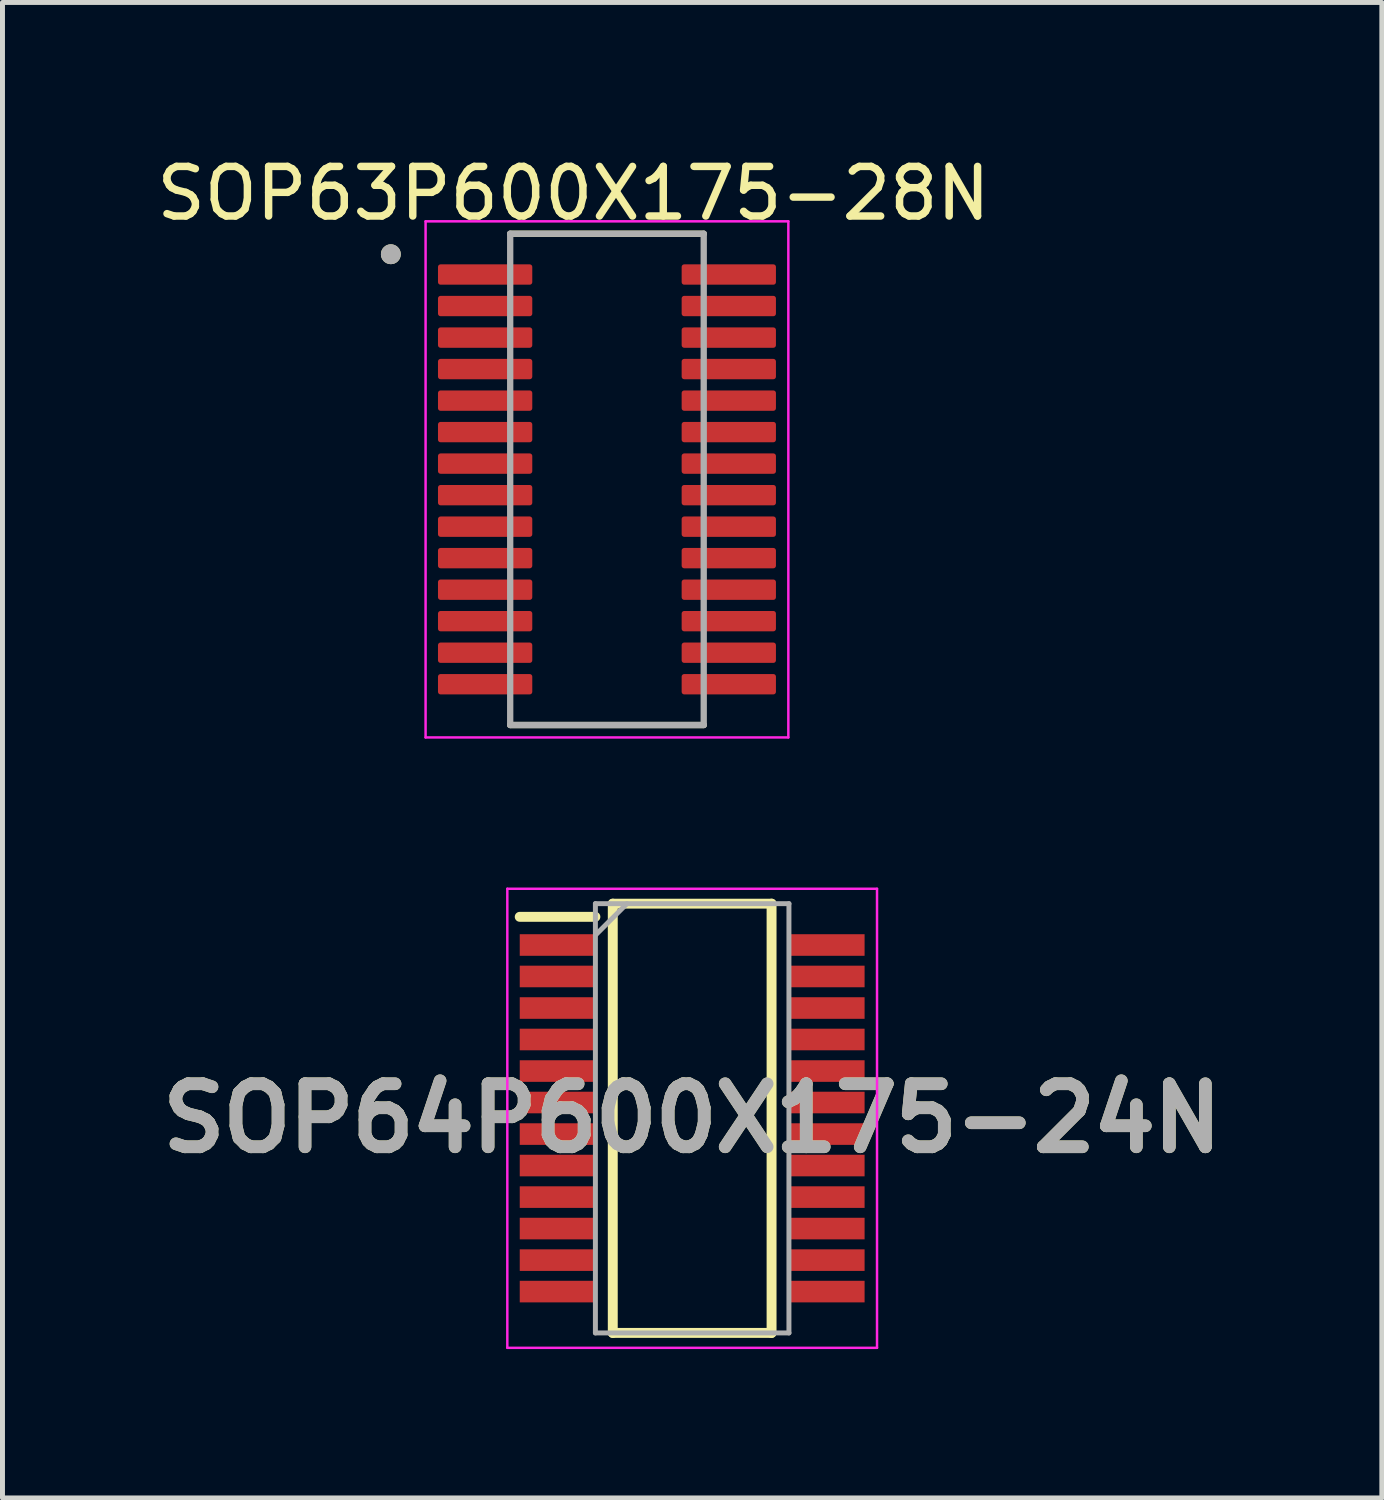
<source format=kicad_pcb>
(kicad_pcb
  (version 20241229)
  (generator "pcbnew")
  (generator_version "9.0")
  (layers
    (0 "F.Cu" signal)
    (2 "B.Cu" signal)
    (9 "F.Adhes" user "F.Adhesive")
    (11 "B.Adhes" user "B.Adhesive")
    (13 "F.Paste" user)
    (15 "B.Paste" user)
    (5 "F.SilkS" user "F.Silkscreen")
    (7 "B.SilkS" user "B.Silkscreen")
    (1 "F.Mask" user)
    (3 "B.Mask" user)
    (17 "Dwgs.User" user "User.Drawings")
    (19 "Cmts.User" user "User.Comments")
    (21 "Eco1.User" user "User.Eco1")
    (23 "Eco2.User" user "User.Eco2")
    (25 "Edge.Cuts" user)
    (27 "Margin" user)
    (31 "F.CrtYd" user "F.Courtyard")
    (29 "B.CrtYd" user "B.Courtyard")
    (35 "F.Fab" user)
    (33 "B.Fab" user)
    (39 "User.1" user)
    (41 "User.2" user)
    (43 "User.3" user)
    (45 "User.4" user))
  (footprint "SOP63P600X175-28N"
    (layer "F.Cu")
    (at 9.181 6.61)
    (property "Reference" "SOP63P600X175-28N" (at -0.675 -5.762 0) (layer "F.SilkS") (effects (font (size 1 1) (thickness 0.15))))
    (attr smd)
    (fp_line (start -1.95 -4.95) (end 1.95 -4.95) (stroke (width 0.127) (type solid)) (layer "F.SilkS"))
    (fp_line (start -1.95 4.95) (end 1.95 4.95) (stroke (width 0.127) (type solid)) (layer "F.SilkS"))
    (fp_circle (center -4.355 -4.537) (end -4.255 -4.537) (stroke (width 0.2) (type solid)) (fill no) (layer "F.SilkS"))
    (fp_line (start -3.655 -5.2) (end -3.655 5.2) (stroke (width 0.05) (type solid)) (layer "F.CrtYd"))
    (fp_line (start -3.655 -5.2) (end 3.655 -5.2) (stroke (width 0.05) (type solid)) (layer "F.CrtYd"))
    (fp_line (start -3.655 5.2) (end 3.655 5.2) (stroke (width 0.05) (type solid)) (layer "F.CrtYd"))
    (fp_line (start 3.655 -5.2) (end 3.655 5.2) (stroke (width 0.05) (type solid)) (layer "F.CrtYd"))
    (fp_line (start -1.95 -4.95) (end -1.95 4.95) (stroke (width 0.127) (type solid)) (layer "F.Fab"))
    (fp_line (start -1.95 -4.95) (end 1.95 -4.95) (stroke (width 0.127) (type solid)) (layer "F.Fab"))
    (fp_line (start -1.95 4.95) (end 1.95 4.95) (stroke (width 0.127) (type solid)) (layer "F.Fab"))
    (fp_line (start 1.95 -4.95) (end 1.95 4.95) (stroke (width 0.127) (type solid)) (layer "F.Fab"))
    (fp_circle (center -4.355 -4.537) (end -4.255 -4.537) (stroke (width 0.2) (type solid)) (fill no) (layer "F.Fab"))
    (pad "1" smd roundrect (at -2.455 -4.128) (size 1.9 0.41) (layers "F.Cu" "F.Mask" "F.Paste") (roundrect_rratio 0.125))
    (pad "2" smd roundrect (at -2.455 -3.493) (size 1.9 0.41) (layers "F.Cu" "F.Mask" "F.Paste") (roundrect_rratio 0.125))
    (pad "3" smd roundrect (at -2.455 -2.857) (size 1.9 0.41) (layers "F.Cu" "F.Mask" "F.Paste") (roundrect_rratio 0.125))
    (pad "4" smd roundrect (at -2.455 -2.223) (size 1.9 0.41) (layers "F.Cu" "F.Mask" "F.Paste") (roundrect_rratio 0.125))
    (pad "5" smd roundrect (at -2.455 -1.587) (size 1.9 0.41) (layers "F.Cu" "F.Mask" "F.Paste") (roundrect_rratio 0.125))
    (pad "6" smd roundrect (at -2.455 -0.953) (size 1.9 0.41) (layers "F.Cu" "F.Mask" "F.Paste") (roundrect_rratio 0.125))
    (pad "7" smd roundrect (at -2.455 -0.318) (size 1.9 0.41) (layers "F.Cu" "F.Mask" "F.Paste") (roundrect_rratio 0.125))
    (pad "8" smd roundrect (at -2.455 0.318) (size 1.9 0.41) (layers "F.Cu" "F.Mask" "F.Paste") (roundrect_rratio 0.125))
    (pad "9" smd roundrect (at -2.455 0.953) (size 1.9 0.41) (layers "F.Cu" "F.Mask" "F.Paste") (roundrect_rratio 0.125))
    (pad "10" smd roundrect (at -2.455 1.587) (size 1.9 0.41) (layers "F.Cu" "F.Mask" "F.Paste") (roundrect_rratio 0.125))
    (pad "11" smd roundrect (at -2.455 2.223) (size 1.9 0.41) (layers "F.Cu" "F.Mask" "F.Paste") (roundrect_rratio 0.125))
    (pad "12" smd roundrect (at -2.455 2.857) (size 1.9 0.41) (layers "F.Cu" "F.Mask" "F.Paste") (roundrect_rratio 0.125))
    (pad "13" smd roundrect (at -2.455 3.493) (size 1.9 0.41) (layers "F.Cu" "F.Mask" "F.Paste") (roundrect_rratio 0.125))
    (pad "14" smd roundrect (at -2.455 4.128) (size 1.9 0.41) (layers "F.Cu" "F.Mask" "F.Paste") (roundrect_rratio 0.125))
    (pad "15" smd roundrect (at 2.455 4.128) (size 1.9 0.41) (layers "F.Cu" "F.Mask" "F.Paste") (roundrect_rratio 0.125))
    (pad "16" smd roundrect (at 2.455 3.493) (size 1.9 0.41) (layers "F.Cu" "F.Mask" "F.Paste") (roundrect_rratio 0.125))
    (pad "17" smd roundrect (at 2.455 2.857) (size 1.9 0.41) (layers "F.Cu" "F.Mask" "F.Paste") (roundrect_rratio 0.125))
    (pad "18" smd roundrect (at 2.455 2.223) (size 1.9 0.41) (layers "F.Cu" "F.Mask" "F.Paste") (roundrect_rratio 0.125))
    (pad "19" smd roundrect (at 2.455 1.587) (size 1.9 0.41) (layers "F.Cu" "F.Mask" "F.Paste") (roundrect_rratio 0.125))
    (pad "20" smd roundrect (at 2.455 0.953) (size 1.9 0.41) (layers "F.Cu" "F.Mask" "F.Paste") (roundrect_rratio 0.125))
    (pad "21" smd roundrect (at 2.455 0.318) (size 1.9 0.41) (layers "F.Cu" "F.Mask" "F.Paste") (roundrect_rratio 0.125))
    (pad "22" smd roundrect (at 2.455 -0.318) (size 1.9 0.41) (layers "F.Cu" "F.Mask" "F.Paste") (roundrect_rratio 0.125))
    (pad "23" smd roundrect (at 2.455 -0.953) (size 1.9 0.41) (layers "F.Cu" "F.Mask" "F.Paste") (roundrect_rratio 0.125))
    (pad "24" smd roundrect (at 2.455 -1.587) (size 1.9 0.41) (layers "F.Cu" "F.Mask" "F.Paste") (roundrect_rratio 0.125))
    (pad "25" smd roundrect (at 2.455 -2.223) (size 1.9 0.41) (layers "F.Cu" "F.Mask" "F.Paste") (roundrect_rratio 0.125))
    (pad "26" smd roundrect (at 2.455 -2.857) (size 1.9 0.41) (layers "F.Cu" "F.Mask" "F.Paste") (roundrect_rratio 0.125))
    (pad "27" smd roundrect (at 2.455 -3.493) (size 1.9 0.41) (layers "F.Cu" "F.Mask" "F.Paste") (roundrect_rratio 0.125))
    (pad "28" smd roundrect (at 2.455 -4.128) (size 1.9 0.41) (layers "F.Cu" "F.Mask" "F.Paste") (roundrect_rratio 0.125)))
  (footprint "SOP64P600X175-24N"
    (layer "F.Cu")
    (at 10.898 19.485)
    (property "Reference" "SOP64P600X175-24N" (at 0 0 0) (layer "F.SilkS") (effects (font (size 1.27 1.27) (thickness 0.254))))
    (attr smd)
    (fp_line (start -3.475 -4.06) (end -1.95 -4.06) (stroke (width 0.2) (type solid)) (layer "F.SilkS"))
    (fp_line (start -1.6 -4.325) (end 1.6 -4.325) (stroke (width 0.2) (type solid)) (layer "F.SilkS"))
    (fp_line (start -1.6 4.325) (end -1.6 -4.325) (stroke (width 0.2) (type solid)) (layer "F.SilkS"))
    (fp_line (start 1.6 -4.325) (end 1.6 4.325) (stroke (width 0.2) (type solid)) (layer "F.SilkS"))
    (fp_line (start 1.6 4.325) (end -1.6 4.325) (stroke (width 0.2) (type solid)) (layer "F.SilkS"))
    (fp_line (start -3.725 -4.625) (end 3.725 -4.625) (stroke (width 0.05) (type solid)) (layer "F.CrtYd"))
    (fp_line (start -3.725 4.625) (end -3.725 -4.625) (stroke (width 0.05) (type solid)) (layer "F.CrtYd"))
    (fp_line (start 3.725 -4.625) (end 3.725 4.625) (stroke (width 0.05) (type solid)) (layer "F.CrtYd"))
    (fp_line (start 3.725 4.625) (end -3.725 4.625) (stroke (width 0.05) (type solid)) (layer "F.CrtYd"))
    (fp_line (start -1.95 -4.325) (end 1.95 -4.325) (stroke (width 0.1) (type solid)) (layer "F.Fab"))
    (fp_line (start -1.95 -3.69) (end -1.315 -4.325) (stroke (width 0.1) (type solid)) (layer "F.Fab"))
    (fp_line (start -1.95 4.325) (end -1.95 -4.325) (stroke (width 0.1) (type solid)) (layer "F.Fab"))
    (fp_line (start 1.95 -4.325) (end 1.95 4.325) (stroke (width 0.1) (type solid)) (layer "F.Fab"))
    (fp_line (start 1.95 4.325) (end -1.95 4.325) (stroke (width 0.1) (type solid)) (layer "F.Fab"))
    (fp_text user "${REFERENCE}" (at 0 0 0) (layer "F.Fab") (effects (font (size 1.27 1.27) (thickness 0.254))))
    (pad "1" smd rect (at -2.712 -3.492 90) (size 0.435 1.525) (layers "F.Cu" "F.Mask" "F.Paste"))
    (pad "2" smd rect (at -2.712 -2.858 90) (size 0.435 1.525) (layers "F.Cu" "F.Mask" "F.Paste"))
    (pad "3" smd rect (at -2.712 -2.222 90) (size 0.435 1.525) (layers "F.Cu" "F.Mask" "F.Paste"))
    (pad "4" smd rect (at -2.712 -1.588 90) (size 0.435 1.525) (layers "F.Cu" "F.Mask" "F.Paste"))
    (pad "5" smd rect (at -2.712 -0.952 90) (size 0.435 1.525) (layers "F.Cu" "F.Mask" "F.Paste"))
    (pad "6" smd rect (at -2.712 -0.318 90) (size 0.435 1.525) (layers "F.Cu" "F.Mask" "F.Paste"))
    (pad "7" smd rect (at -2.712 0.318 90) (size 0.435 1.525) (layers "F.Cu" "F.Mask" "F.Paste"))
    (pad "8" smd rect (at -2.712 0.952 90) (size 0.435 1.525) (layers "F.Cu" "F.Mask" "F.Paste"))
    (pad "9" smd rect (at -2.712 1.588 90) (size 0.435 1.525) (layers "F.Cu" "F.Mask" "F.Paste"))
    (pad "10" smd rect (at -2.712 2.222 90) (size 0.435 1.525) (layers "F.Cu" "F.Mask" "F.Paste"))
    (pad "11" smd rect (at -2.712 2.858 90) (size 0.435 1.525) (layers "F.Cu" "F.Mask" "F.Paste"))
    (pad "12" smd rect (at -2.712 3.492 90) (size 0.435 1.525) (layers "F.Cu" "F.Mask" "F.Paste"))
    (pad "13" smd rect (at 2.712 3.492 90) (size 0.435 1.525) (layers "F.Cu" "F.Mask" "F.Paste"))
    (pad "14" smd rect (at 2.712 2.858 90) (size 0.435 1.525) (layers "F.Cu" "F.Mask" "F.Paste"))
    (pad "15" smd rect (at 2.712 2.222 90) (size 0.435 1.525) (layers "F.Cu" "F.Mask" "F.Paste"))
    (pad "16" smd rect (at 2.712 1.588 90) (size 0.435 1.525) (layers "F.Cu" "F.Mask" "F.Paste"))
    (pad "17" smd rect (at 2.712 0.952 90) (size 0.435 1.525) (layers "F.Cu" "F.Mask" "F.Paste"))
    (pad "18" smd rect (at 2.712 0.318 90) (size 0.435 1.525) (layers "F.Cu" "F.Mask" "F.Paste"))
    (pad "19" smd rect (at 2.712 -0.318 90) (size 0.435 1.525) (layers "F.Cu" "F.Mask" "F.Paste"))
    (pad "20" smd rect (at 2.712 -0.952 90) (size 0.435 1.525) (layers "F.Cu" "F.Mask" "F.Paste"))
    (pad "21" smd rect (at 2.712 -1.588 90) (size 0.435 1.525) (layers "F.Cu" "F.Mask" "F.Paste"))
    (pad "22" smd rect (at 2.712 -2.222 90) (size 0.435 1.525) (layers "F.Cu" "F.Mask" "F.Paste"))
    (pad "23" smd rect (at 2.712 -2.858 90) (size 0.435 1.525) (layers "F.Cu" "F.Mask" "F.Paste"))
    (pad "24" smd rect (at 2.712 -3.492 90) (size 0.435 1.525) (layers "F.Cu" "F.Mask" "F.Paste")))
  (gr_rect
    (start -3 -3)
    (end 24.796 27.135)
    (stroke (width 0.1) (type default))
    (fill no)
    (layer "Edge.Cuts")))
</source>
